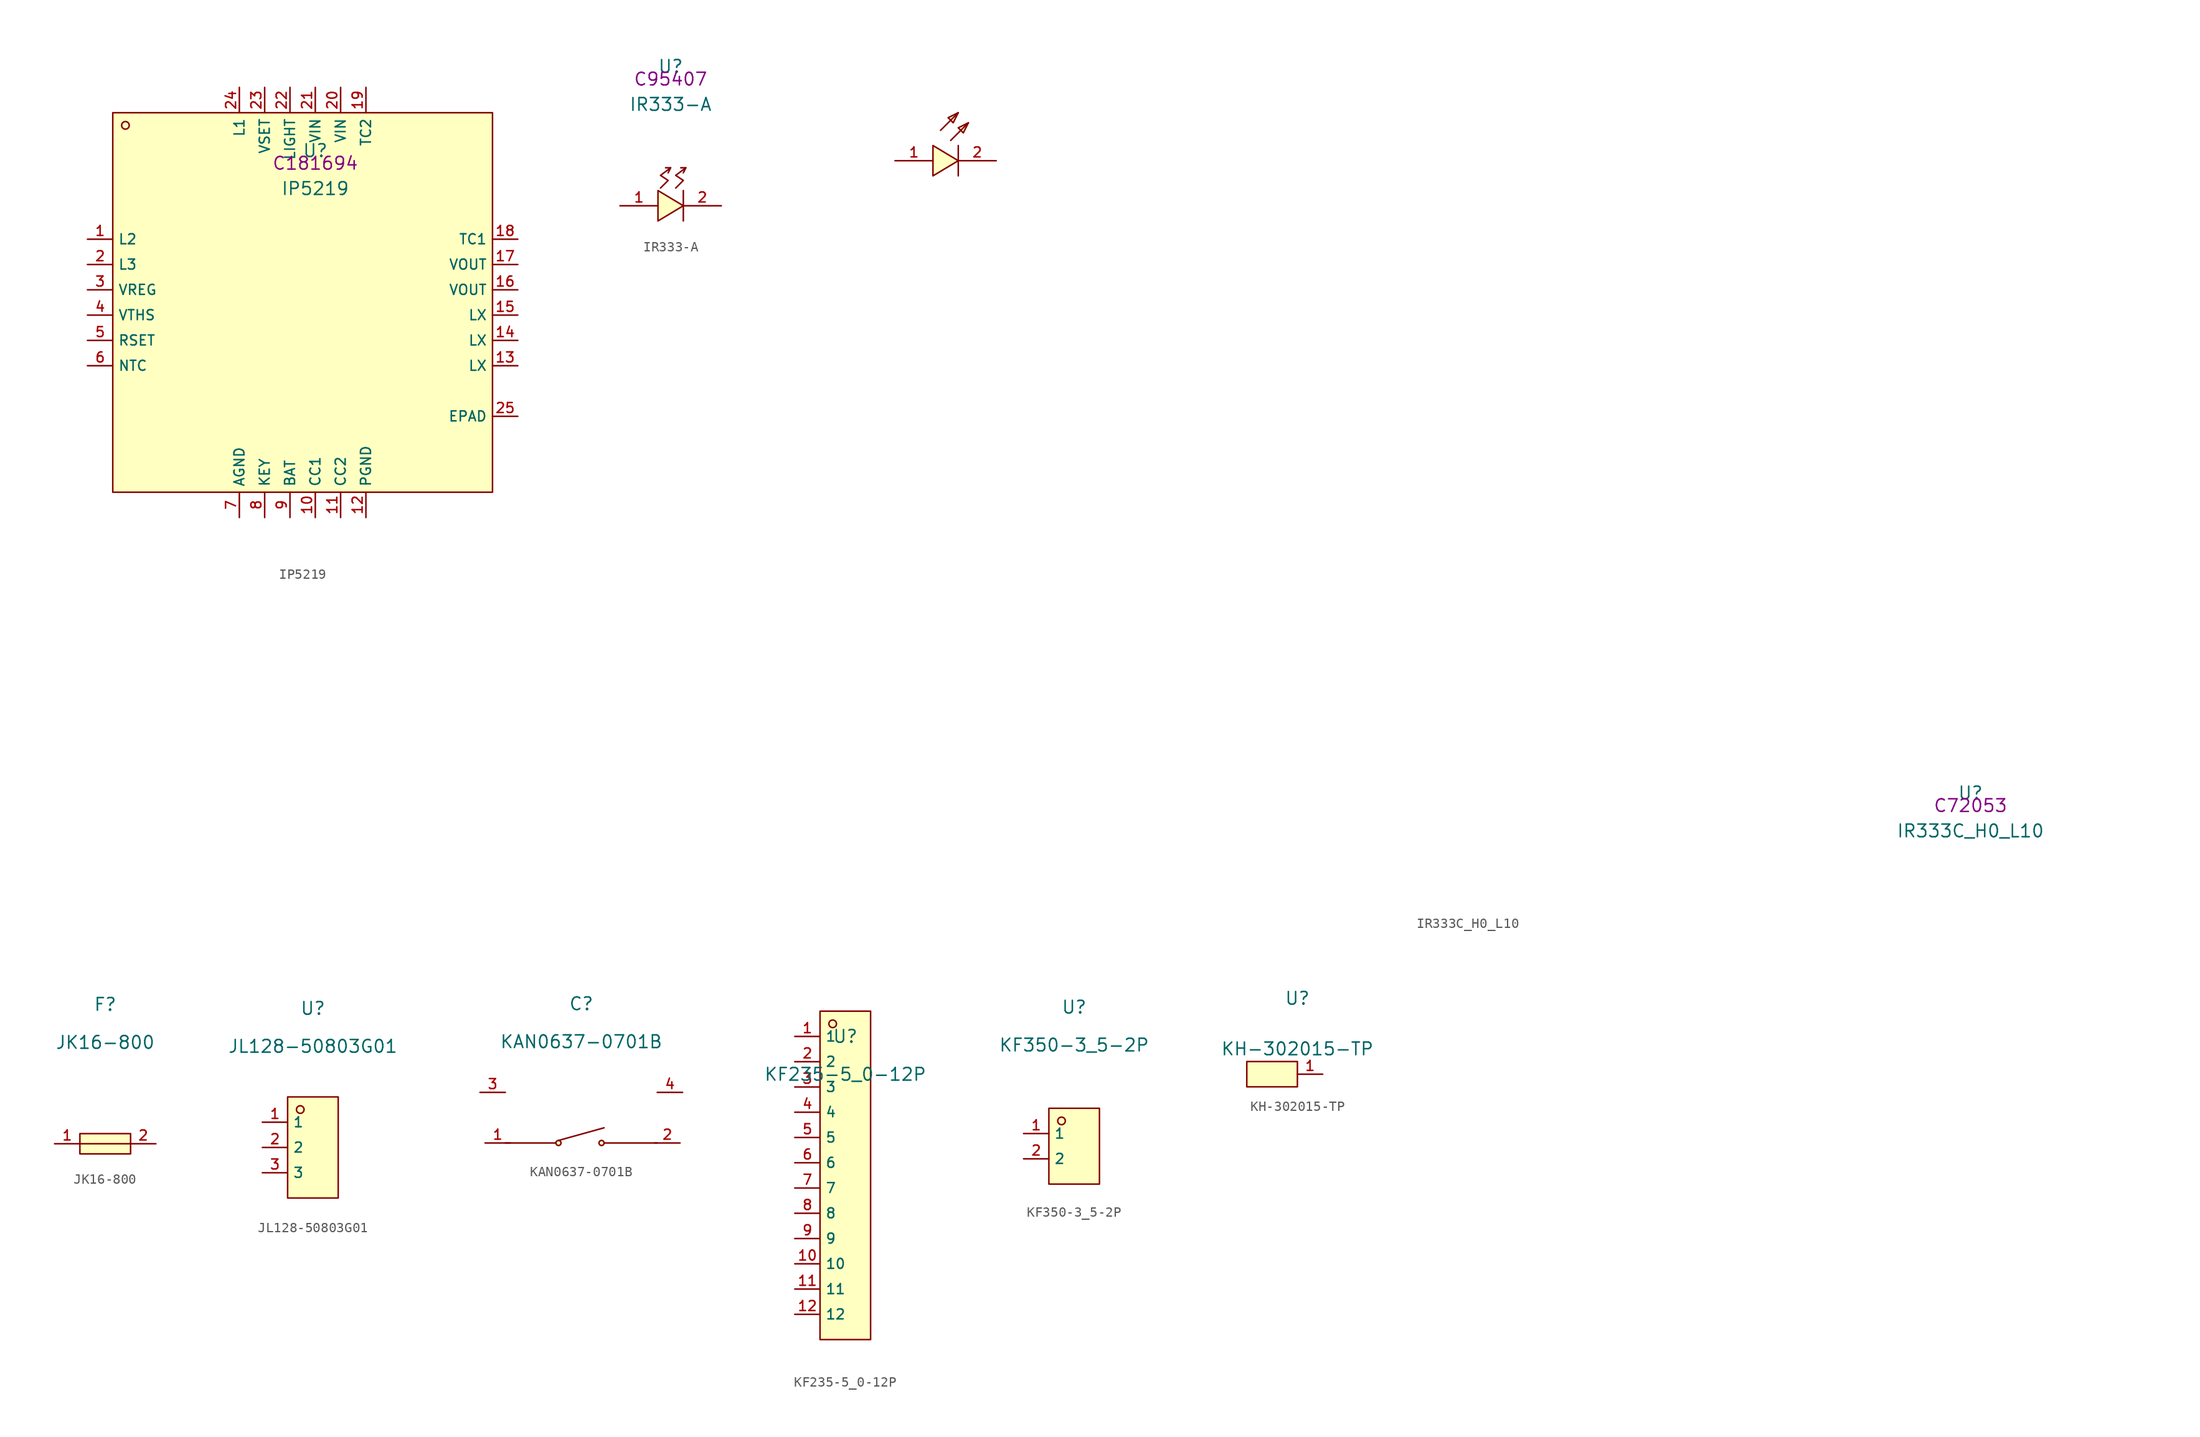
<source format=kicad_sym>
(kicad_symbol_lib
  (version 20220914)
  (generator kicad_symbol_editor)
  (symbol "IP5219"
    (property "Reference" "U"
      (at 0 1.27 0)
      (effects (font (size 1.27 1.27))))
    (property "Value" "IP5219"
      (at 0 -2.54 0)
      (effects (font (size 1.27 1.27))))
    (property "LCSC" "C181694"
      (at 0 0 0)
      (effects (font (size 1.27 1.27))))
    (symbol "IP5219_0_0"
      (rectangle (start -20.32 5.08) (end 17.78 -33.02) (stroke (width 0) (type default)) (fill (type background)))
      (circle (center -19.05 3.81) (radius 0.381) (stroke (width 0) (type default)) (fill (type background)))
      (pin unspecified line (at -22.86 -7.62 0) (length 2.54) (name "L2" (effects (font (size 1 1)))) (number "1" (effects (font (size 1 1)))))
      (pin unspecified line (at 0 -35.56 90) (length 2.54) (name "CC1" (effects (font (size 1 1)))) (number "10" (effects (font (size 1 1)))))
      (pin unspecified line (at 2.54 -35.56 90) (length 2.54) (name "CC2" (effects (font (size 1 1)))) (number "11" (effects (font (size 1 1)))))
      (pin unspecified line (at 5.08 -35.56 90) (length 2.54) (name "PGND" (effects (font (size 1 1)))) (number "12" (effects (font (size 1 1)))))
      (pin unspecified line (at 20.32 -20.32 180) (length 2.54) (name "LX" (effects (font (size 1 1)))) (number "13" (effects (font (size 1 1)))))
      (pin unspecified line (at 20.32 -17.78 180) (length 2.54) (name "LX" (effects (font (size 1 1)))) (number "14" (effects (font (size 1 1)))))
      (pin unspecified line (at 20.32 -15.24 180) (length 2.54) (name "LX" (effects (font (size 1 1)))) (number "15" (effects (font (size 1 1)))))
      (pin unspecified line (at 20.32 -12.7 180) (length 2.54) (name "VOUT" (effects (font (size 1 1)))) (number "16" (effects (font (size 1 1)))))
      (pin unspecified line (at 20.32 -10.16 180) (length 2.54) (name "VOUT" (effects (font (size 1 1)))) (number "17" (effects (font (size 1 1)))))
      (pin unspecified line (at 20.32 -7.62 180) (length 2.54) (name "TC1" (effects (font (size 1 1)))) (number "18" (effects (font (size 1 1)))))
      (pin unspecified line (at 5.08 7.62 270) (length 2.54) (name "TC2" (effects (font (size 1 1)))) (number "19" (effects (font (size 1 1)))))
      (pin unspecified line (at -22.86 -10.16 0) (length 2.54) (name "L3" (effects (font (size 1 1)))) (number "2" (effects (font (size 1 1)))))
      (pin unspecified line (at 2.54 7.62 270) (length 2.54) (name "VIN" (effects (font (size 1 1)))) (number "20" (effects (font (size 1 1)))))
      (pin unspecified line (at 0 7.62 270) (length 2.54) (name "VIN" (effects (font (size 1 1)))) (number "21" (effects (font (size 1 1)))))
      (pin unspecified line (at -2.54 7.62 270) (length 2.54) (name "LIGHT" (effects (font (size 1 1)))) (number "22" (effects (font (size 1 1)))))
      (pin unspecified line (at -5.08 7.62 270) (length 2.54) (name "VSET" (effects (font (size 1 1)))) (number "23" (effects (font (size 1 1)))))
      (pin unspecified line (at -7.62 7.62 270) (length 2.54) (name "L1" (effects (font (size 1 1)))) (number "24" (effects (font (size 1 1)))))
      (pin unspecified line (at 20.32 -25.4 180) (length 2.54) (name "EPAD" (effects (font (size 1 1)))) (number "25" (effects (font (size 1 1)))))
      (pin unspecified line (at -22.86 -12.7 0) (length 2.54) (name "VREG" (effects (font (size 1 1)))) (number "3" (effects (font (size 1 1)))))
      (pin unspecified line (at -22.86 -15.24 0) (length 2.54) (name "VTHS" (effects (font (size 1 1)))) (number "4" (effects (font (size 1 1)))))
      (pin unspecified line (at -22.86 -17.78 0) (length 2.54) (name "RSET" (effects (font (size 1 1)))) (number "5" (effects (font (size 1 1)))))
      (pin unspecified line (at -22.86 -20.32 0) (length 2.54) (name "NTC" (effects (font (size 1 1)))) (number "6" (effects (font (size 1 1)))))
      (pin unspecified line (at -7.62 -35.56 90) (length 2.54) (name "AGND" (effects (font (size 1 1)))) (number "7" (effects (font (size 1 1)))))
      (pin unspecified line (at -5.08 -35.56 90) (length 2.54) (name "KEY" (effects (font (size 1 1)))) (number "8" (effects (font (size 1 1)))))
      (pin unspecified line (at -2.54 -35.56 90) (length 2.54) (name "BAT" (effects (font (size 1 1)))) (number "9" (effects (font (size 1 1)))))))
  (symbol "IR333-A"
    (pin_names hide)
    (property "Reference" "U"
      (at 0 1.27 0)
      (effects (font (size 1.27 1.27))))
    (property "Value" "IR333-A"
      (at 0 -2.54 0)
      (effects (font (size 1.27 1.27))))
    (property "LCSC" "C95407"
      (at 0 0 0)
      (effects (font (size 1.27 1.27))))
    (symbol "IR333-A_0_0"
      (polyline (pts (xy 0 -8.89) (xy -0.508 -8.89)) (stroke (width 0) (type default)) (fill (type none)))
      (polyline (pts (xy 1.27 -11.176) (xy 1.27 -14.224)) (stroke (width 0) (type default)) (fill (type none)))
      (polyline (pts (xy 1.524 -8.89) (xy 1.016 -8.89)) (stroke (width 0) (type default)) (fill (type none)))
      (polyline (pts (xy -1.27 -14.224) (xy 1.27 -12.7) (xy -1.27 -11.176) (xy -1.27 -14.224)) (stroke (width 0) (type default)) (fill (type background)))
      (polyline (pts (xy -1.016 -10.922) (xy -0.254 -10.16) (xy -1.016 -9.652) (xy 0 -8.89) (xy -0.254 -9.398)) (stroke (width 0) (type default)) (fill (type none)))
      (polyline (pts (xy 0.508 -10.922) (xy 1.27 -10.16) (xy 0.508 -9.652) (xy 1.524 -8.89) (xy 1.27 -9.398)) (stroke (width 0) (type default)) (fill (type none)))
      (pin input line (at -5.08 -12.7 0) (length 3.81) (name "A" (effects (font (size 1 1)))) (number "1" (effects (font (size 1 1)))))
      (pin input line (at 5.08 -12.7 180) (length 3.81) (name "C" (effects (font (size 1 1)))) (number "2" (effects (font (size 1 1)))))))
  (symbol "IR333C_H0_L10"
    (pin_names hide)
    (property "Reference" "U"
      (at 0 1.27 0)
      (effects (font (size 1.27 1.27))))
    (property "Value" "IR333C_H0_L10"
      (at 0 -2.54 0)
      (effects (font (size 1.27 1.27))))
    (property "LCSC" "C72053"
      (at 0 0 0)
      (effects (font (size 1.27 1.27))))
    (symbol "IR333C_H0_L10_0_0"
      (polyline (pts (xy -103.378 67.818) (xy -101.6 69.596)) (stroke (width 0) (type default)) (fill (type none)))
      (polyline (pts (xy -102.362 66.802) (xy -100.584 68.58)) (stroke (width 0) (type default)) (fill (type none)))
      (polyline (pts (xy -101.6 66.294) (xy -101.6 63.246)) (stroke (width 0) (type default)) (fill (type none)))
      (polyline (pts (xy -104.14 63.246) (xy -101.6 64.77) (xy -104.14 66.294) (xy -104.14 63.246)) (stroke (width 0) (type default)) (fill (type background)))
      (polyline (pts (xy -101.6 69.596) (xy -102.616 69.088) (xy -102.108 68.58) (xy -101.6 69.596)) (stroke (width 0) (type default)) (fill (type background)))
      (polyline (pts (xy -100.584 68.58) (xy -101.6 68.072) (xy -101.092 67.564) (xy -100.584 68.58)) (stroke (width 0) (type default)) (fill (type background)))
      (pin input line (at -107.95 64.77 0) (length 3.81) (name "A" (effects (font (size 1 1)))) (number "1" (effects (font (size 1 1)))))
      (pin input line (at -97.79 64.77 180) (length 3.81) (name "C" (effects (font (size 1 1)))) (number "2" (effects (font (size 1 1)))))))
  (symbol "JK16-800"
    (pin_names hide)
    (property "Reference" "F"
      (at 0 1.27 0)
      (effects (font (size 1.27 1.27))))
    (property "Value" "JK16-800"
      (at 0 -2.54 0)
      (effects (font (size 1.27 1.27))))
    (symbol "JK16-800_0_0"
      (rectangle (start -2.54 -11.684) (end 2.54 -13.716) (stroke (width 0) (type default)) (fill (type background)))
      (polyline (pts (xy -2.54 -12.7) (xy 2.54 -12.7)) (stroke (width 0) (type default)) (fill (type none)))
      (pin unspecified line (at -5.08 -12.7 0) (length 2.54) (name "1" (effects (font (size 1 1)))) (number "1" (effects (font (size 1 1)))))
      (pin unspecified line (at 5.08 -12.7 180) (length 2.54) (name "2" (effects (font (size 1 1)))) (number "2" (effects (font (size 1 1)))))))
  (symbol "JL128-50803G01"
    (property "Reference" "U"
      (at 0 1.27 0)
      (effects (font (size 1.27 1.27))))
    (property "Value" "JL128-50803G01"
      (at 0 -2.54 0)
      (effects (font (size 1.27 1.27))))
    (symbol "JL128-50803G01_0_0"
      (rectangle (start -2.54 -7.62) (end 2.54 -17.78) (stroke (width 0) (type default)) (fill (type background)))
      (circle (center -1.27 -8.89) (radius 0.381) (stroke (width 0) (type default)) (fill (type background)))
      (pin unspecified line (at -5.08 -10.16 0) (length 2.54) (name "1" (effects (font (size 1 1)))) (number "1" (effects (font (size 1 1)))))
      (pin unspecified line (at -5.08 -12.7 0) (length 2.54) (name "2" (effects (font (size 1 1)))) (number "2" (effects (font (size 1 1)))))
      (pin unspecified line (at -5.08 -15.24 0) (length 2.54) (name "3" (effects (font (size 1 1)))) (number "3" (effects (font (size 1 1)))))))
  (symbol "KAN0637-0701B"
    (pin_names hide)
    (property "Reference" "C"
      (at 0 1.27 0)
      (effects (font (size 1.27 1.27))))
    (property "Value" "KAN0637-0701B"
      (at 0 -2.54 0)
      (effects (font (size 1.27 1.27))))
    (symbol "KAN0637-0701B_0_0"
      (circle (center -2.286 -12.7) (radius 0.254) (stroke (width 0) (type default)) (fill (type background)))
      (polyline (pts (xy -7.62 -12.7) (xy -2.54 -12.7)) (stroke (width 0) (type default)) (fill (type none)))
      (polyline (pts (xy -2.286 -12.446) (xy 2.286 -11.176)) (stroke (width 0) (type default)) (fill (type none)))
      (polyline (pts (xy 7.62 -12.7) (xy 2.286 -12.7)) (stroke (width 0) (type default)) (fill (type none)))
      (circle (center 2.032 -12.7) (radius 0.254) (stroke (width 0) (type default)) (fill (type background)))
      (pin unspecified line (at -9.652 -12.7 0) (length 2.54) (name "1" (effects (font (size 1 1)))) (number "1" (effects (font (size 1 1)))))
      (pin unspecified line (at 9.906 -12.7 180) (length 2.54) (name "2" (effects (font (size 1 1)))) (number "2" (effects (font (size 1 1)))))
      (pin unspecified line (at -10.16 -7.62 0) (length 2.54) (name "3" (effects (font (size 1 1)))) (number "3" (effects (font (size 1 1)))))
      (pin unspecified line (at 10.16 -7.62 180) (length 2.54) (name "4" (effects (font (size 1 1)))) (number "4" (effects (font (size 1 1)))))))
  (symbol "KF235-5_0-12P"
    (property "Reference" "U"
      (at 0 1.27 0)
      (effects (font (size 1.27 1.27))))
    (property "Value" "KF235-5_0-12P"
      (at 0 -2.54 0)
      (effects (font (size 1.27 1.27))))
    (symbol "KF235-5_0-12P_0_0"
      (rectangle (start -2.54 3.81) (end 2.54 -29.21) (stroke (width 0) (type default)) (fill (type background)))
      (circle (center -1.27 2.54) (radius 0.381) (stroke (width 0) (type default)) (fill (type background)))
      (pin unspecified line (at -5.08 1.27 0) (length 2.54) (name "1" (effects (font (size 1 1)))) (number "1" (effects (font (size 1 1)))))
      (pin unspecified line (at -5.08 -21.59 0) (length 2.54) (name "10" (effects (font (size 1 1)))) (number "10" (effects (font (size 1 1)))))
      (pin unspecified line (at -5.08 -24.13 0) (length 2.54) (name "11" (effects (font (size 1 1)))) (number "11" (effects (font (size 1 1)))))
      (pin unspecified line (at -5.08 -26.67 0) (length 2.54) (name "12" (effects (font (size 1 1)))) (number "12" (effects (font (size 1 1)))))
      (pin unspecified line (at -5.08 -1.27 0) (length 2.54) (name "2" (effects (font (size 1 1)))) (number "2" (effects (font (size 1 1)))))
      (pin unspecified line (at -5.08 -3.81 0) (length 2.54) (name "3" (effects (font (size 1 1)))) (number "3" (effects (font (size 1 1)))))
      (pin unspecified line (at -5.08 -6.35 0) (length 2.54) (name "4" (effects (font (size 1 1)))) (number "4" (effects (font (size 1 1)))))
      (pin unspecified line (at -5.08 -8.89 0) (length 2.54) (name "5" (effects (font (size 1 1)))) (number "5" (effects (font (size 1 1)))))
      (pin unspecified line (at -5.08 -11.43 0) (length 2.54) (name "6" (effects (font (size 1 1)))) (number "6" (effects (font (size 1 1)))))
      (pin unspecified line (at -5.08 -13.97 0) (length 2.54) (name "7" (effects (font (size 1 1)))) (number "7" (effects (font (size 1 1)))))
      (pin unspecified line (at -5.08 -16.51 0) (length 2.54) (name "8" (effects (font (size 1 1)))) (number "8" (effects (font (size 1 1)))))
      (pin unspecified line (at -5.08 -19.05 0) (length 2.54) (name "9" (effects (font (size 1 1)))) (number "9" (effects (font (size 1 1)))))))
  (symbol "KF350-3_5-2P"
    (property "Reference" "U"
      (at 0 1.27 0)
      (effects (font (size 1.27 1.27))))
    (property "Value" "KF350-3_5-2P"
      (at 0 -2.54 0)
      (effects (font (size 1.27 1.27))))
    (symbol "KF350-3_5-2P_0_0"
      (rectangle (start -2.54 -8.89) (end 2.54 -16.51) (stroke (width 0) (type default)) (fill (type background)))
      (circle (center -1.27 -10.16) (radius 0.381) (stroke (width 0) (type default)) (fill (type background)))
      (pin unspecified line (at -5.08 -11.43 0) (length 2.54) (name "1" (effects (font (size 1 1)))) (number "1" (effects (font (size 1 1)))))
      (pin unspecified line (at -5.08 -13.97 0) (length 2.54) (name "2" (effects (font (size 1 1)))) (number "2" (effects (font (size 1 1)))))))
  (symbol "KH-302015-TP"
    (pin_names hide)
    (property "Reference" "U"
      (at 0 2.54 0)
      (effects (font (size 1.27 1.27))))
    (property "Value" "KH-302015-TP"
      (at 0 -2.54 0)
      (effects (font (size 1.27 1.27))))
    (symbol "KH-302015-TP_0_0"
      (rectangle (start -5.08 -3.81) (end 0 -6.35) (stroke (width 0) (type default)) (fill (type background)))
      (pin unspecified line (at 2.54 -5.08 180) (length 2.54) (name "1" (effects (font (size 1 1)))) (number "1" (effects (font (size 1 1))))))))
</source>
